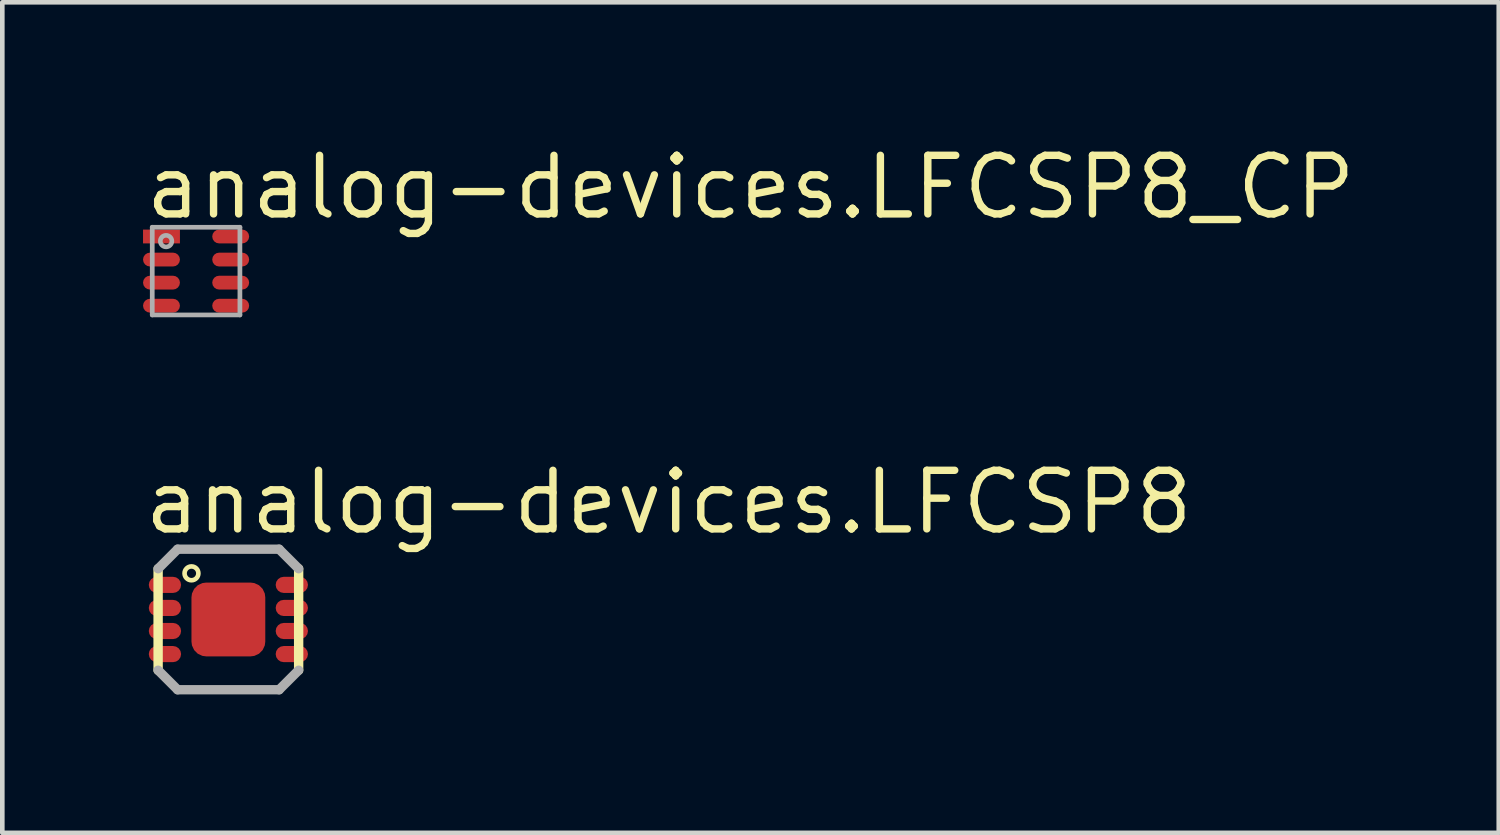
<source format=kicad_pcb>
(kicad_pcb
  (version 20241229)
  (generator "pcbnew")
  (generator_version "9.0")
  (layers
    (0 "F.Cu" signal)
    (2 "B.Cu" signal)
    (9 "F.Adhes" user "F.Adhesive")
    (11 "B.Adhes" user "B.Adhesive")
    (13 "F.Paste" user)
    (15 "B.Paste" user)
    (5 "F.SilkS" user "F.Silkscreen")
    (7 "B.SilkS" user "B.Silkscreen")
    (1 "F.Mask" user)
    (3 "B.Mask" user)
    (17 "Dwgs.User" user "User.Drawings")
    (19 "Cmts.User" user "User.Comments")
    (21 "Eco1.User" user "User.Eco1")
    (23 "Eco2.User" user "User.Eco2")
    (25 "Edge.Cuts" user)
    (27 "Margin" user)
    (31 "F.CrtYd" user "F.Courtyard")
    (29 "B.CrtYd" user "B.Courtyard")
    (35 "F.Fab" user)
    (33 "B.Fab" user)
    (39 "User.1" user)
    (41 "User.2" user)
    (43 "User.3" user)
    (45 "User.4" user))
  (footprint "analog-devices.LFCSP8"
    (layer "F.Cu")
    (at 1.9 10.377)
    (property "Reference" "analog-devices.LFCSP8" (at -1.9 -1.8 0) (layer "F.SilkS") (effects (font (size 1.27 1.27) (thickness 0.16)) (justify left bottom)))
    (attr smd)
    (fp_rect (start -1.75 -0.55) (end -1 -0.95) (stroke (width 0.05) (type default)) (fill yes) (layer "F.Mask"))
    (fp_rect (start -1.75 -0.05) (end -1 -0.45) (stroke (width 0.05) (type default)) (fill yes) (layer "F.Mask"))
    (fp_rect (start -1.75 0.45) (end -1 0.05) (stroke (width 0.05) (type default)) (fill yes) (layer "F.Mask"))
    (fp_rect (start -1.75 0.95) (end -1 0.55) (stroke (width 0.05) (type default)) (fill yes) (layer "F.Mask"))
    (fp_rect (start 1 -0.55) (end 1.75 -0.95) (stroke (width 0.05) (type default)) (fill yes) (layer "F.Mask"))
    (fp_rect (start 1 -0.05) (end 1.75 -0.45) (stroke (width 0.05) (type default)) (fill yes) (layer "F.Mask"))
    (fp_rect (start 1 0.45) (end 1.75 0.05) (stroke (width 0.05) (type default)) (fill yes) (layer "F.Mask"))
    (fp_rect (start 1 0.95) (end 1.75 0.55) (stroke (width 0.05) (type default)) (fill yes) (layer "F.Mask"))
    (fp_poly (pts (xy -0.525 -0.8) (xy -0.325 -0.8) (xy 0.65 -0.8) (xy 0.8 -0.65) (xy 0.8 0.65) (xy 0.65 0.8) (xy -0.65 0.8) (xy -0.8 0.65) (xy -0.8 -0.65) (xy -0.65 -0.8)) (stroke (width 0.1) (type default)) (fill yes) (layer "F.Mask"))
    (fp_line (start -1.523 -1.1) (end -1.523 1.1) (stroke (width 0.203) (type default)) (layer "F.SilkS"))
    (fp_line (start 1.523 1.1) (end 1.523 -1.1) (stroke (width 0.203) (type default)) (layer "F.SilkS"))
    (fp_circle (center -0.8 -1) (end -0.65 -1) (stroke (width 0.1) (type default)) (fill no) (layer "F.SilkS"))
    (fp_rect (start -0.725 0.725) (end 0.725 -0.725) (stroke (width 0.05) (type default)) (fill yes) (layer "F.Paste"))
    (fp_line (start -1.523 -1.1) (end -1.1 -1.523) (stroke (width 0.203) (type default)) (layer "F.Fab"))
    (fp_line (start -1.1 1.523) (end -1.523 1.1) (stroke (width 0.203) (type default)) (layer "F.Fab"))
    (fp_line (start -1.1 1.523) (end 1.1 1.523) (stroke (width 0.203) (type default)) (layer "F.Fab"))
    (fp_line (start 1.1 -1.523) (end -1.1 -1.523) (stroke (width 0.203) (type default)) (layer "F.Fab"))
    (fp_line (start 1.1 -1.523) (end 1.523 -1.1) (stroke (width 0.203) (type default)) (layer "F.Fab"))
    (fp_line (start 1.523 1.1) (end 1.1 1.523) (stroke (width 0.203) (type default)) (layer "F.Fab"))
    (pad "1" smd roundrect (at -1.375 -0.75) (size 0.7 0.35) (layers "F.Cu" "F.Mask" "F.Paste") (roundrect_rratio 0.5))
    (pad "2" smd roundrect (at -1.375 -0.25) (size 0.7 0.35) (layers "F.Cu" "F.Mask" "F.Paste") (roundrect_rratio 0.5))
    (pad "3" smd roundrect (at -1.375 0.25) (size 0.7 0.35) (layers "F.Cu" "F.Mask" "F.Paste") (roundrect_rratio 0.5))
    (pad "4" smd roundrect (at -1.375 0.75) (size 0.7 0.35) (layers "F.Cu" "F.Mask" "F.Paste") (roundrect_rratio 0.5))
    (pad "5" smd roundrect (at 1.375 0.75) (size 0.7 0.35) (layers "F.Cu" "F.Mask" "F.Paste") (roundrect_rratio 0.5))
    (pad "6" smd roundrect (at 1.375 0.25) (size 0.7 0.35) (layers "F.Cu" "F.Mask" "F.Paste") (roundrect_rratio 0.5))
    (pad "7" smd roundrect (at 1.375 -0.25) (size 0.7 0.35) (layers "F.Cu" "F.Mask" "F.Paste") (roundrect_rratio 0.5))
    (pad "8" smd roundrect (at 1.375 -0.75) (size 0.7 0.35) (layers "F.Cu" "F.Mask" "F.Paste") (roundrect_rratio 0.5))
    (pad "EXP" smd roundrect (at 0 0) (size 1.6 1.6) (layers "F.Cu" "F.Mask" "F.Paste") (roundrect_rratio 0.2)))
  (footprint "analog-devices.LFCSP8_CP"
    (layer "F.Cu")
    (at 1.2 2.826)
    (property "Reference" "analog-devices.LFCSP8_CP" (at -1.178 -1.076 0) (layer "F.SilkS") (effects (font (size 1.27 1.27) (thickness 0.16)) (justify left bottom)))
    (attr smd)
    (fp_rect (start -1.175 -0.575) (end -0.325 -0.925) (stroke (width 0.05) (type default)) (fill yes) (layer "F.Mask"))
    (fp_rect (start -1.175 -0.075) (end -0.325 -0.425) (stroke (width 0.05) (type default)) (fill yes) (layer "F.Mask"))
    (fp_rect (start -1.175 0.425) (end -0.325 0.075) (stroke (width 0.05) (type default)) (fill yes) (layer "F.Mask"))
    (fp_rect (start -1.175 0.925) (end -0.325 0.575) (stroke (width 0.05) (type default)) (fill yes) (layer "F.Mask"))
    (fp_rect (start 0.325 -0.575) (end 1.175 -0.925) (stroke (width 0.05) (type default)) (fill yes) (layer "F.Mask"))
    (fp_rect (start 0.325 -0.075) (end 1.175 -0.425) (stroke (width 0.05) (type default)) (fill yes) (layer "F.Mask"))
    (fp_rect (start 0.325 0.425) (end 1.175 0.075) (stroke (width 0.05) (type default)) (fill yes) (layer "F.Mask"))
    (fp_rect (start 0.325 0.925) (end 1.175 0.575) (stroke (width 0.05) (type default)) (fill yes) (layer "F.Mask"))
    (fp_rect (start -1.125 -0.625) (end -0.375 -0.875) (stroke (width 0.05) (type default)) (fill yes) (layer "F.Paste"))
    (fp_rect (start -1.1 -0.125) (end -0.4 -0.375) (stroke (width 0.05) (type default)) (fill yes) (layer "F.Paste"))
    (fp_rect (start -1.1 0.375) (end -0.4 0.125) (stroke (width 0.05) (type default)) (fill yes) (layer "F.Paste"))
    (fp_rect (start -1.1 0.875) (end -0.4 0.625) (stroke (width 0.05) (type default)) (fill yes) (layer "F.Paste"))
    (fp_rect (start 0.4 -0.625) (end 1.1 -0.875) (stroke (width 0.05) (type default)) (fill yes) (layer "F.Paste"))
    (fp_rect (start 0.4 -0.125) (end 1.1 -0.375) (stroke (width 0.05) (type default)) (fill yes) (layer "F.Paste"))
    (fp_rect (start 0.4 0.375) (end 1.1 0.125) (stroke (width 0.05) (type default)) (fill yes) (layer "F.Paste"))
    (fp_rect (start 0.4 0.875) (end 1.1 0.625) (stroke (width 0.05) (type default)) (fill yes) (layer "F.Paste"))
    (fp_line (start -0.95 -0.95) (end 0.95 -0.95) (stroke (width 0.102) (type default)) (layer "F.Fab"))
    (fp_line (start -0.95 0.95) (end -0.95 -0.95) (stroke (width 0.102) (type default)) (layer "F.Fab"))
    (fp_line (start 0.95 -0.95) (end 0.95 0.95) (stroke (width 0.102) (type default)) (layer "F.Fab"))
    (fp_line (start 0.95 0.95) (end -0.95 0.95) (stroke (width 0.102) (type default)) (layer "F.Fab"))
    (fp_circle (center -0.65 -0.65) (end -0.525 -0.65) (stroke (width 0.1) (type default)) (fill no) (layer "F.Fab"))
    (pad "1" smd roundrect (at -0.75 -0.75) (size 0.8 0.3) (layers "F.Cu" "F.Mask" "F.Paste") (roundrect_rratio 0.01))
    (pad "2" smd roundrect (at -0.75 -0.25) (size 0.8 0.3) (layers "F.Cu" "F.Mask" "F.Paste") (roundrect_rratio 0.5))
    (pad "3" smd roundrect (at -0.75 0.25) (size 0.8 0.3) (layers "F.Cu" "F.Mask" "F.Paste") (roundrect_rratio 0.5))
    (pad "4" smd roundrect (at -0.75 0.75) (size 0.8 0.3) (layers "F.Cu" "F.Mask" "F.Paste") (roundrect_rratio 0.5))
    (pad "5" smd roundrect (at 0.75 0.75) (size 0.8 0.3) (layers "F.Cu" "F.Mask" "F.Paste") (roundrect_rratio 0.5))
    (pad "6" smd roundrect (at 0.75 0.25) (size 0.8 0.3) (layers "F.Cu" "F.Mask" "F.Paste") (roundrect_rratio 0.5))
    (pad "7" smd roundrect (at 0.75 -0.25) (size 0.8 0.3) (layers "F.Cu" "F.Mask" "F.Paste") (roundrect_rratio 0.5))
    (pad "8" smd roundrect (at 0.75 -0.75) (size 0.8 0.3) (layers "F.Cu" "F.Mask" "F.Paste") (roundrect_rratio 0.5)))
  (gr_rect
    (start -3 -3)
    (end 29.435 15.002)
    (stroke (width 0.1) (type default))
    (fill no)
    (layer "Edge.Cuts")))
</source>
